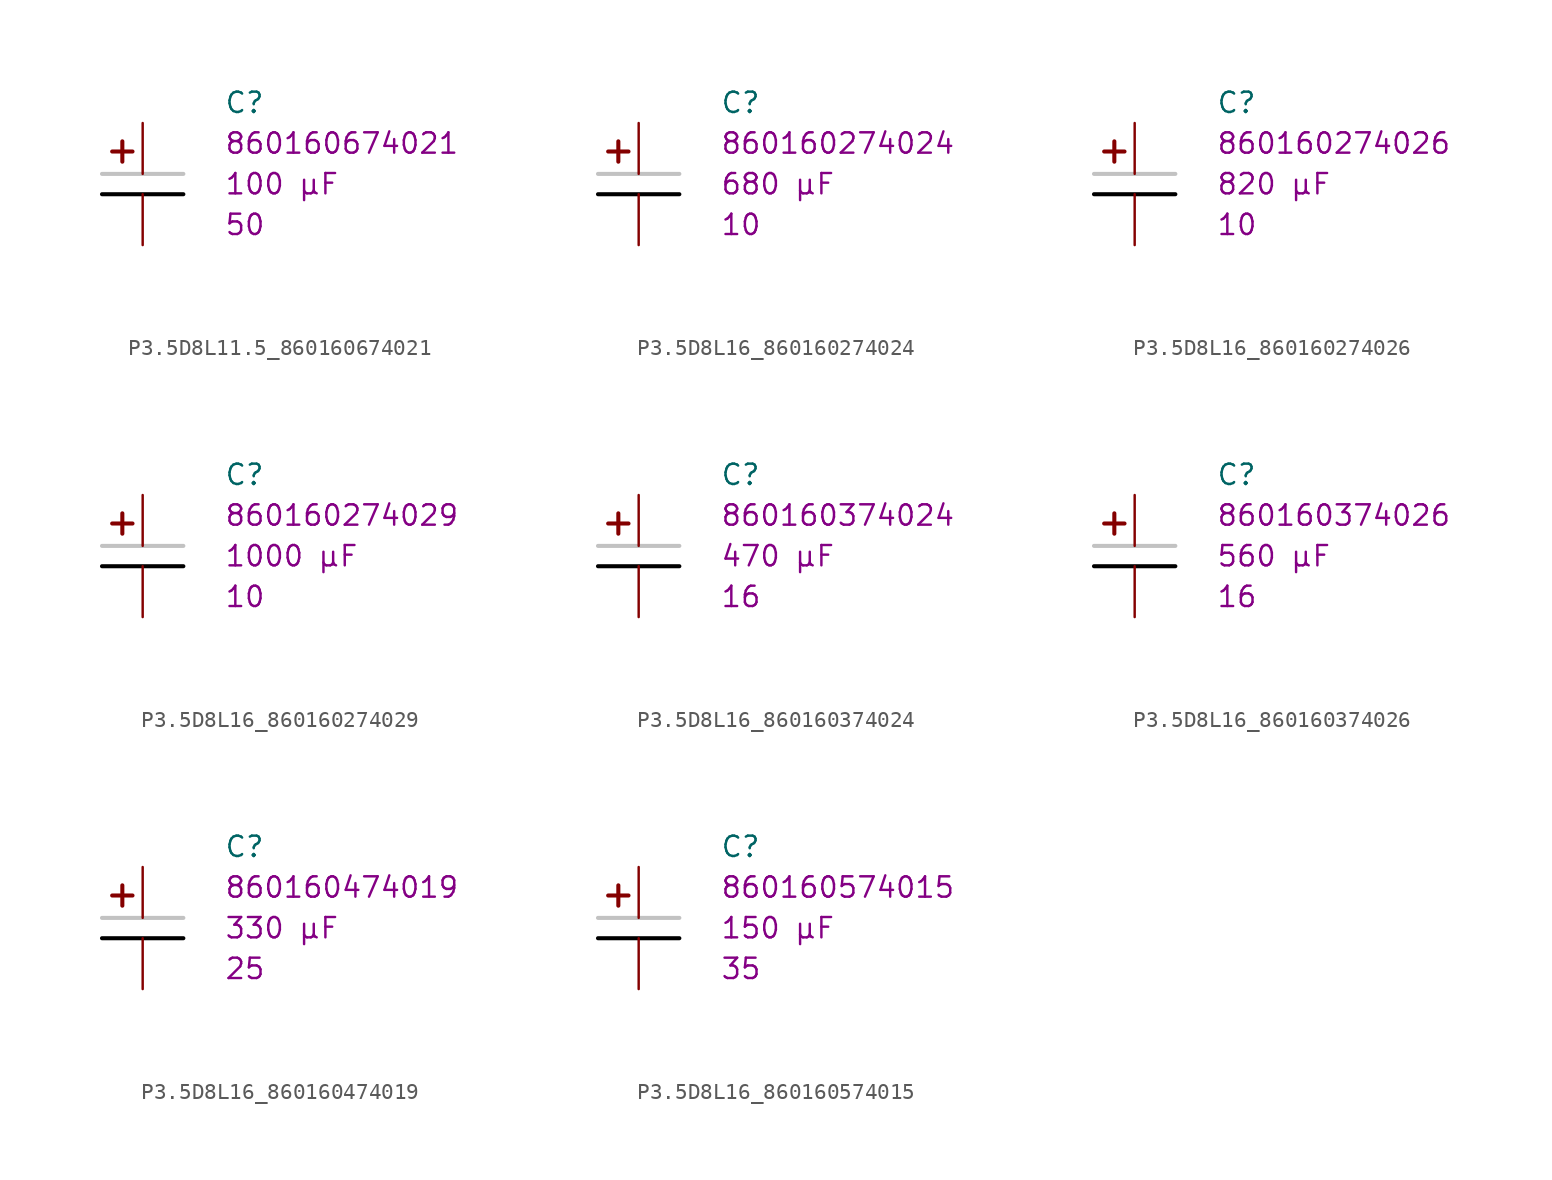
<source format=kicad_sym>
(kicad_symbol_lib
  (version 20220914)
  (generator kicad_symbol_editor)
  (symbol "P3.5D8L11.5_860160674021"
    (pin_numbers hide)
    (pin_names hide)
    (property "Reference" "C"
      (at 5.08 5.08 0)
      (effects (font (size 1.27 1.27)) (justify left)))
    (property "Part Number" "860160674021"
      (at 5.08 2.54 0)
      (effects (font (size 1.27 1.27)) (justify left)))
    (property "Capacitance" "100 µF"
      (at 5.08 0 0)
      (effects (font (size 1.27 1.27)) (justify left)))
    (property "Voltage" "50"
      (at 5.08 -2.54 0)
      (effects (font (size 1.27 1.27)) (justify left)))
    (property "Critical Parameter" ""
      (at 0 -7.62 0)
      (effects (font (size 1.27 1.27))))
    (symbol "P3.5D8L11.5_860160674021_1_1"
      (polyline (pts (xy -1.27 2.667) (xy -1.27 1.397)) (stroke (width 0.254) (type default)) (fill (type none)))
      (polyline (pts (xy -0.635 2.032) (xy -1.905 2.032)) (stroke (width 0.254) (type default)) (fill (type none)))
      (polyline (pts (xy 2.54 -0.635) (xy -2.54 -0.635)) (stroke (width 0.254) (type default) (color 0 0 0 1)) (fill (type none)))
      (polyline (pts (xy 2.54 0.635) (xy -2.54 0.635)) (stroke (width 0.254) (type default) (color 194 194 194 1)) (fill (type none)))
      (pin passive line (at 0 3.81 270) (length 3.175) (name "1" (effects (font (size 1.27 1.27)))) (number "1" (effects (font (size 1.27 1.27)))))
      (pin passive line (at 0 -3.81 90) (length 3.175) (name "2" (effects (font (size 1.27 1.27)))) (number "2" (effects (font (size 1.27 1.27)))))))
  (symbol "P3.5D8L16_860160274024"
    (pin_numbers hide)
    (pin_names hide)
    (property "Reference" "C"
      (at 5.08 5.08 0)
      (effects (font (size 1.27 1.27)) (justify left)))
    (property "Part Number" "860160274024"
      (at 5.08 2.54 0)
      (effects (font (size 1.27 1.27)) (justify left)))
    (property "Capacitance" "680 µF"
      (at 5.08 0 0)
      (effects (font (size 1.27 1.27)) (justify left)))
    (property "Voltage" "10"
      (at 5.08 -2.54 0)
      (effects (font (size 1.27 1.27)) (justify left)))
    (property "Critical Parameter" ""
      (at 0 -7.62 0)
      (effects (font (size 1.27 1.27))))
    (symbol "P3.5D8L16_860160274024_1_1"
      (polyline (pts (xy -1.27 2.667) (xy -1.27 1.397)) (stroke (width 0.254) (type default)) (fill (type none)))
      (polyline (pts (xy -0.635 2.032) (xy -1.905 2.032)) (stroke (width 0.254) (type default)) (fill (type none)))
      (polyline (pts (xy 2.54 -0.635) (xy -2.54 -0.635)) (stroke (width 0.254) (type default) (color 0 0 0 1)) (fill (type none)))
      (polyline (pts (xy 2.54 0.635) (xy -2.54 0.635)) (stroke (width 0.254) (type default) (color 194 194 194 1)) (fill (type none)))
      (pin passive line (at 0 3.81 270) (length 3.175) (name "1" (effects (font (size 1.27 1.27)))) (number "1" (effects (font (size 1.27 1.27)))))
      (pin passive line (at 0 -3.81 90) (length 3.175) (name "2" (effects (font (size 1.27 1.27)))) (number "2" (effects (font (size 1.27 1.27)))))))
  (symbol "P3.5D8L16_860160274026"
    (pin_numbers hide)
    (pin_names hide)
    (property "Reference" "C"
      (at 5.08 5.08 0)
      (effects (font (size 1.27 1.27)) (justify left)))
    (property "Part Number" "860160274026"
      (at 5.08 2.54 0)
      (effects (font (size 1.27 1.27)) (justify left)))
    (property "Capacitance" "820 µF"
      (at 5.08 0 0)
      (effects (font (size 1.27 1.27)) (justify left)))
    (property "Voltage" "10"
      (at 5.08 -2.54 0)
      (effects (font (size 1.27 1.27)) (justify left)))
    (property "Critical Parameter" ""
      (at 0 -7.62 0)
      (effects (font (size 1.27 1.27))))
    (symbol "P3.5D8L16_860160274026_1_1"
      (polyline (pts (xy -1.27 2.667) (xy -1.27 1.397)) (stroke (width 0.254) (type default)) (fill (type none)))
      (polyline (pts (xy -0.635 2.032) (xy -1.905 2.032)) (stroke (width 0.254) (type default)) (fill (type none)))
      (polyline (pts (xy 2.54 -0.635) (xy -2.54 -0.635)) (stroke (width 0.254) (type default) (color 0 0 0 1)) (fill (type none)))
      (polyline (pts (xy 2.54 0.635) (xy -2.54 0.635)) (stroke (width 0.254) (type default) (color 194 194 194 1)) (fill (type none)))
      (pin passive line (at 0 3.81 270) (length 3.175) (name "1" (effects (font (size 1.27 1.27)))) (number "1" (effects (font (size 1.27 1.27)))))
      (pin passive line (at 0 -3.81 90) (length 3.175) (name "2" (effects (font (size 1.27 1.27)))) (number "2" (effects (font (size 1.27 1.27)))))))
  (symbol "P3.5D8L16_860160274029"
    (pin_numbers hide)
    (pin_names hide)
    (property "Reference" "C"
      (at 5.08 5.08 0)
      (effects (font (size 1.27 1.27)) (justify left)))
    (property "Part Number" "860160274029"
      (at 5.08 2.54 0)
      (effects (font (size 1.27 1.27)) (justify left)))
    (property "Capacitance" "1000 µF"
      (at 5.08 0 0)
      (effects (font (size 1.27 1.27)) (justify left)))
    (property "Voltage" "10"
      (at 5.08 -2.54 0)
      (effects (font (size 1.27 1.27)) (justify left)))
    (property "Critical Parameter" ""
      (at 0 -7.62 0)
      (effects (font (size 1.27 1.27))))
    (symbol "P3.5D8L16_860160274029_1_1"
      (polyline (pts (xy -1.27 2.667) (xy -1.27 1.397)) (stroke (width 0.254) (type default)) (fill (type none)))
      (polyline (pts (xy -0.635 2.032) (xy -1.905 2.032)) (stroke (width 0.254) (type default)) (fill (type none)))
      (polyline (pts (xy 2.54 -0.635) (xy -2.54 -0.635)) (stroke (width 0.254) (type default) (color 0 0 0 1)) (fill (type none)))
      (polyline (pts (xy 2.54 0.635) (xy -2.54 0.635)) (stroke (width 0.254) (type default) (color 194 194 194 1)) (fill (type none)))
      (pin passive line (at 0 3.81 270) (length 3.175) (name "1" (effects (font (size 1.27 1.27)))) (number "1" (effects (font (size 1.27 1.27)))))
      (pin passive line (at 0 -3.81 90) (length 3.175) (name "2" (effects (font (size 1.27 1.27)))) (number "2" (effects (font (size 1.27 1.27)))))))
  (symbol "P3.5D8L16_860160374024"
    (pin_numbers hide)
    (pin_names hide)
    (property "Reference" "C"
      (at 5.08 5.08 0)
      (effects (font (size 1.27 1.27)) (justify left)))
    (property "Part Number" "860160374024"
      (at 5.08 2.54 0)
      (effects (font (size 1.27 1.27)) (justify left)))
    (property "Capacitance" "470 µF"
      (at 5.08 0 0)
      (effects (font (size 1.27 1.27)) (justify left)))
    (property "Voltage" "16"
      (at 5.08 -2.54 0)
      (effects (font (size 1.27 1.27)) (justify left)))
    (property "Critical Parameter" ""
      (at 0 -7.62 0)
      (effects (font (size 1.27 1.27))))
    (symbol "P3.5D8L16_860160374024_1_1"
      (polyline (pts (xy -1.27 2.667) (xy -1.27 1.397)) (stroke (width 0.254) (type default)) (fill (type none)))
      (polyline (pts (xy -0.635 2.032) (xy -1.905 2.032)) (stroke (width 0.254) (type default)) (fill (type none)))
      (polyline (pts (xy 2.54 -0.635) (xy -2.54 -0.635)) (stroke (width 0.254) (type default) (color 0 0 0 1)) (fill (type none)))
      (polyline (pts (xy 2.54 0.635) (xy -2.54 0.635)) (stroke (width 0.254) (type default) (color 194 194 194 1)) (fill (type none)))
      (pin passive line (at 0 3.81 270) (length 3.175) (name "1" (effects (font (size 1.27 1.27)))) (number "1" (effects (font (size 1.27 1.27)))))
      (pin passive line (at 0 -3.81 90) (length 3.175) (name "2" (effects (font (size 1.27 1.27)))) (number "2" (effects (font (size 1.27 1.27)))))))
  (symbol "P3.5D8L16_860160374026"
    (pin_numbers hide)
    (pin_names hide)
    (property "Reference" "C"
      (at 5.08 5.08 0)
      (effects (font (size 1.27 1.27)) (justify left)))
    (property "Part Number" "860160374026"
      (at 5.08 2.54 0)
      (effects (font (size 1.27 1.27)) (justify left)))
    (property "Capacitance" "560 µF"
      (at 5.08 0 0)
      (effects (font (size 1.27 1.27)) (justify left)))
    (property "Voltage" "16"
      (at 5.08 -2.54 0)
      (effects (font (size 1.27 1.27)) (justify left)))
    (property "Critical Parameter" ""
      (at 0 -7.62 0)
      (effects (font (size 1.27 1.27))))
    (symbol "P3.5D8L16_860160374026_1_1"
      (polyline (pts (xy -1.27 2.667) (xy -1.27 1.397)) (stroke (width 0.254) (type default)) (fill (type none)))
      (polyline (pts (xy -0.635 2.032) (xy -1.905 2.032)) (stroke (width 0.254) (type default)) (fill (type none)))
      (polyline (pts (xy 2.54 -0.635) (xy -2.54 -0.635)) (stroke (width 0.254) (type default) (color 0 0 0 1)) (fill (type none)))
      (polyline (pts (xy 2.54 0.635) (xy -2.54 0.635)) (stroke (width 0.254) (type default) (color 194 194 194 1)) (fill (type none)))
      (pin passive line (at 0 3.81 270) (length 3.175) (name "1" (effects (font (size 1.27 1.27)))) (number "1" (effects (font (size 1.27 1.27)))))
      (pin passive line (at 0 -3.81 90) (length 3.175) (name "2" (effects (font (size 1.27 1.27)))) (number "2" (effects (font (size 1.27 1.27)))))))
  (symbol "P3.5D8L16_860160474019"
    (pin_numbers hide)
    (pin_names hide)
    (property "Reference" "C"
      (at 5.08 5.08 0)
      (effects (font (size 1.27 1.27)) (justify left)))
    (property "Part Number" "860160474019"
      (at 5.08 2.54 0)
      (effects (font (size 1.27 1.27)) (justify left)))
    (property "Capacitance" "330 µF"
      (at 5.08 0 0)
      (effects (font (size 1.27 1.27)) (justify left)))
    (property "Voltage" "25"
      (at 5.08 -2.54 0)
      (effects (font (size 1.27 1.27)) (justify left)))
    (property "Critical Parameter" ""
      (at 0 -7.62 0)
      (effects (font (size 1.27 1.27))))
    (symbol "P3.5D8L16_860160474019_1_1"
      (polyline (pts (xy -1.27 2.667) (xy -1.27 1.397)) (stroke (width 0.254) (type default)) (fill (type none)))
      (polyline (pts (xy -0.635 2.032) (xy -1.905 2.032)) (stroke (width 0.254) (type default)) (fill (type none)))
      (polyline (pts (xy 2.54 -0.635) (xy -2.54 -0.635)) (stroke (width 0.254) (type default) (color 0 0 0 1)) (fill (type none)))
      (polyline (pts (xy 2.54 0.635) (xy -2.54 0.635)) (stroke (width 0.254) (type default) (color 194 194 194 1)) (fill (type none)))
      (pin passive line (at 0 3.81 270) (length 3.175) (name "1" (effects (font (size 1.27 1.27)))) (number "1" (effects (font (size 1.27 1.27)))))
      (pin passive line (at 0 -3.81 90) (length 3.175) (name "2" (effects (font (size 1.27 1.27)))) (number "2" (effects (font (size 1.27 1.27)))))))
  (symbol "P3.5D8L16_860160574015"
    (pin_numbers hide)
    (pin_names hide)
    (property "Reference" "C"
      (at 5.08 5.08 0)
      (effects (font (size 1.27 1.27)) (justify left)))
    (property "Part Number" "860160574015"
      (at 5.08 2.54 0)
      (effects (font (size 1.27 1.27)) (justify left)))
    (property "Capacitance" "150 µF"
      (at 5.08 0 0)
      (effects (font (size 1.27 1.27)) (justify left)))
    (property "Voltage" "35"
      (at 5.08 -2.54 0)
      (effects (font (size 1.27 1.27)) (justify left)))
    (property "Critical Parameter" ""
      (at 0 -7.62 0)
      (effects (font (size 1.27 1.27))))
    (symbol "P3.5D8L16_860160574015_1_1"
      (polyline (pts (xy -1.27 2.667) (xy -1.27 1.397)) (stroke (width 0.254) (type default)) (fill (type none)))
      (polyline (pts (xy -0.635 2.032) (xy -1.905 2.032)) (stroke (width 0.254) (type default)) (fill (type none)))
      (polyline (pts (xy 2.54 -0.635) (xy -2.54 -0.635)) (stroke (width 0.254) (type default) (color 0 0 0 1)) (fill (type none)))
      (polyline (pts (xy 2.54 0.635) (xy -2.54 0.635)) (stroke (width 0.254) (type default) (color 194 194 194 1)) (fill (type none)))
      (pin passive line (at 0 3.81 270) (length 3.175) (name "1" (effects (font (size 1.27 1.27)))) (number "1" (effects (font (size 1.27 1.27)))))
      (pin passive line (at 0 -3.81 90) (length 3.175) (name "2" (effects (font (size 1.27 1.27)))) (number "2" (effects (font (size 1.27 1.27))))))))
</source>
